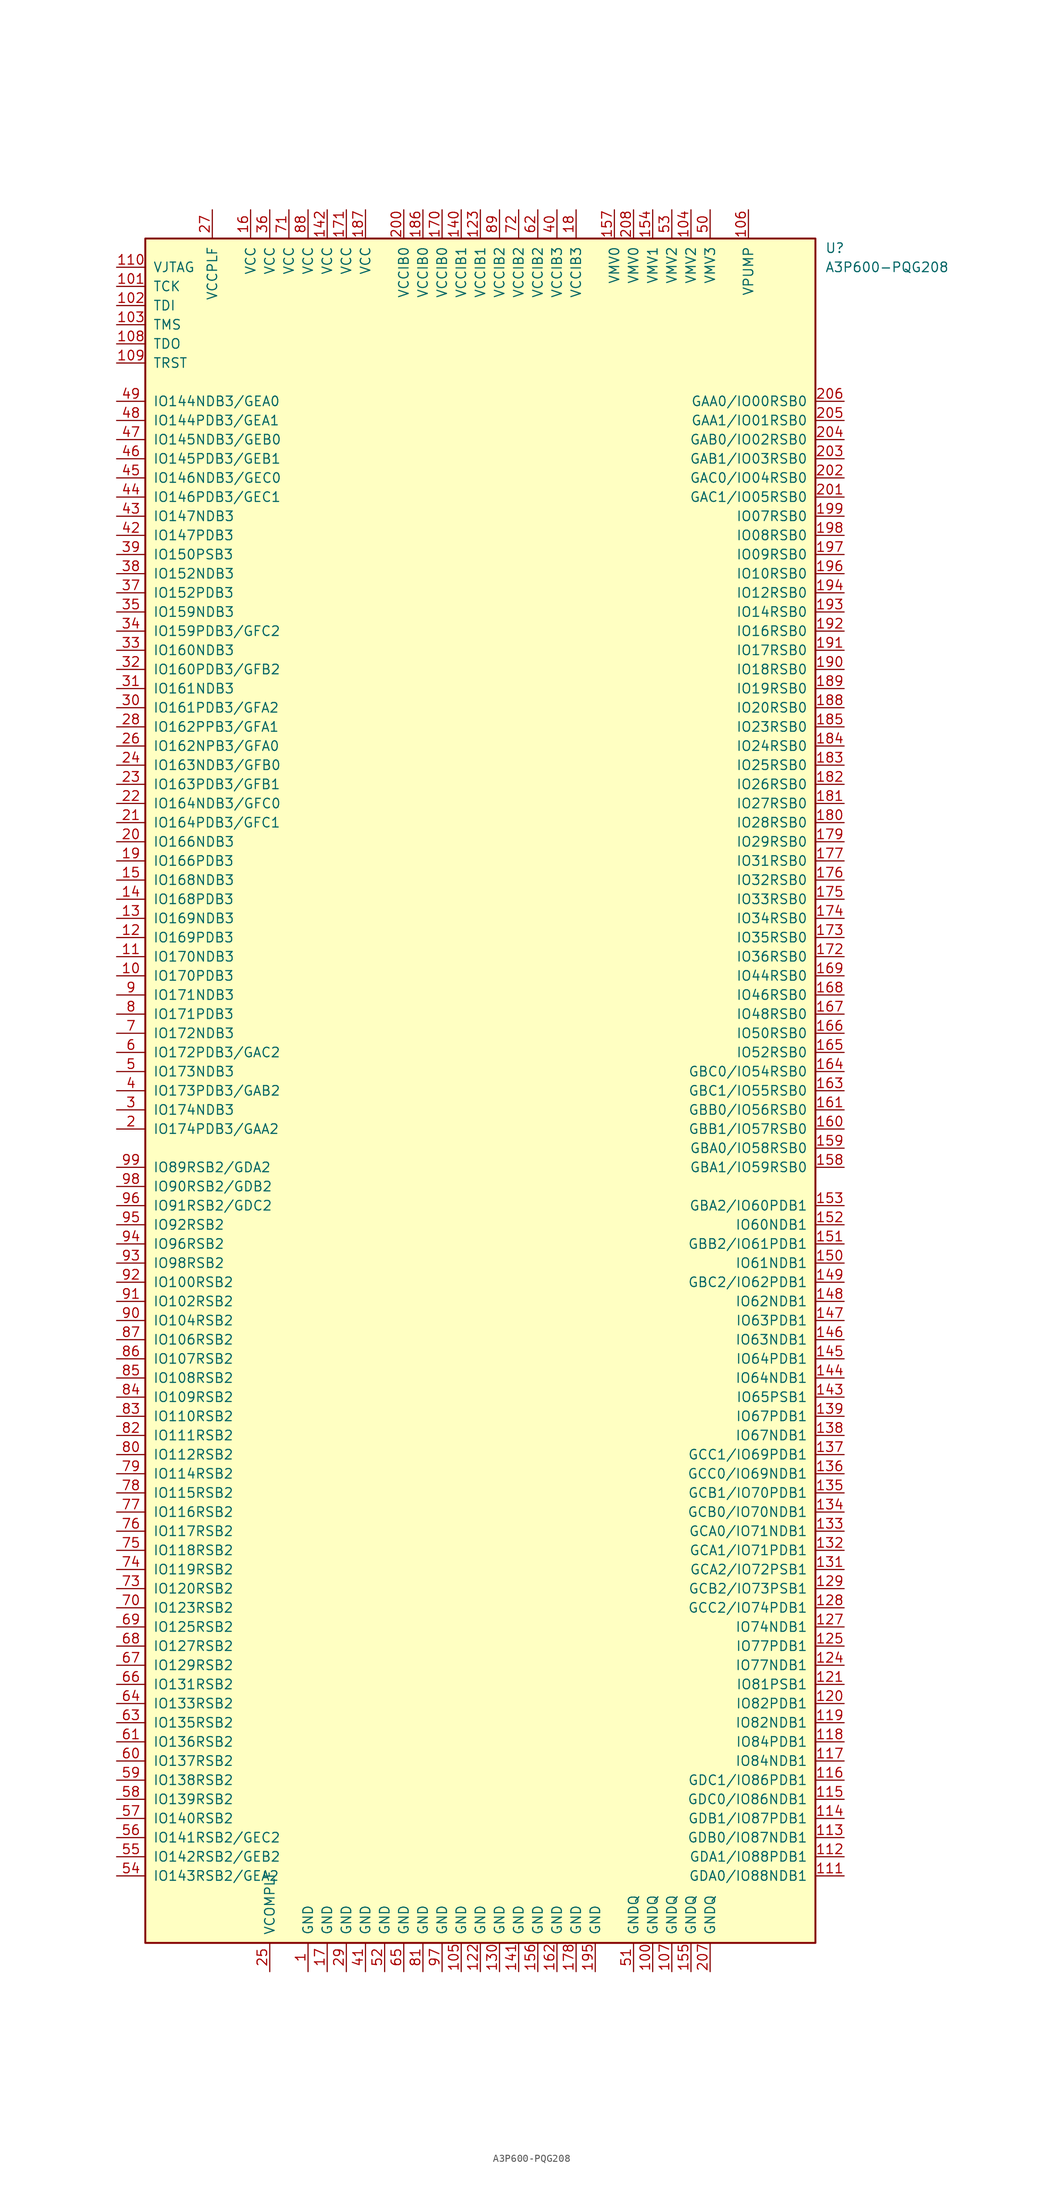
<source format=kicad_sym>
(kicad_symbol_lib
  (version 20201005)
  (generator kicad_symbol_editor)
  (symbol "A3P600-PQG208"
    (pin_names
      (offset 1.016))
    (property "Reference" "U"
      (at 45.72 111.76 0)
      (effects (font (size 1.27 1.27)) (justify left)))
    (property "Value" "A3P600-PQG208"
      (at 45.72 109.22 0)
      (effects (font (size 1.27 1.27)) (justify left)))
    (symbol "A3P600-PQG208_1_0"
      (rectangle (start -44.45 -113.03) (end 44.45 113.03) (stroke (width 0.254)) (fill (type background))))
    (symbol "A3P600-PQG208_1_1"
      (pin power_in line (at -22.86 -116.84 90) (length 3.81) (name "GND" (effects (font (size 1.27 1.27)))) (number "1" (effects (font (size 1.27 1.27)))))
      (pin bidirectional line (at -48.26 15.24 0) (length 3.81) (name "IO170PDB3" (effects (font (size 1.27 1.27)))) (number "10" (effects (font (size 1.27 1.27)))))
      (pin power_in line (at 22.86 -116.84 90) (length 3.81) (name "GNDQ" (effects (font (size 1.27 1.27)))) (number "100" (effects (font (size 1.27 1.27)))))
      (pin bidirectional line (at -48.26 106.68 0) (length 3.81) (name "TCK" (effects (font (size 1.27 1.27)))) (number "101" (effects (font (size 1.27 1.27)))))
      (pin bidirectional line (at -48.26 104.14 0) (length 3.81) (name "TDI" (effects (font (size 1.27 1.27)))) (number "102" (effects (font (size 1.27 1.27)))))
      (pin bidirectional line (at -48.26 101.6 0) (length 3.81) (name "TMS" (effects (font (size 1.27 1.27)))) (number "103" (effects (font (size 1.27 1.27)))))
      (pin power_in line (at 27.94 116.84 270) (length 3.81) (name "VMV2" (effects (font (size 1.27 1.27)))) (number "104" (effects (font (size 1.27 1.27)))))
      (pin power_in line (at -2.54 -116.84 90) (length 3.81) (name "GND" (effects (font (size 1.27 1.27)))) (number "105" (effects (font (size 1.27 1.27)))))
      (pin power_in line (at 35.56 116.84 270) (length 3.81) (name "VPUMP" (effects (font (size 1.27 1.27)))) (number "106" (effects (font (size 1.27 1.27)))))
      (pin power_in line (at 25.4 -116.84 90) (length 3.81) (name "GNDQ" (effects (font (size 1.27 1.27)))) (number "107" (effects (font (size 1.27 1.27)))))
      (pin bidirectional line (at -48.26 99.06 0) (length 3.81) (name "TDO" (effects (font (size 1.27 1.27)))) (number "108" (effects (font (size 1.27 1.27)))))
      (pin bidirectional line (at -48.26 96.52 0) (length 3.81) (name "TRST" (effects (font (size 1.27 1.27)))) (number "109" (effects (font (size 1.27 1.27)))))
      (pin bidirectional line (at -48.26 17.78 0) (length 3.81) (name "IO170NDB3" (effects (font (size 1.27 1.27)))) (number "11" (effects (font (size 1.27 1.27)))))
      (pin power_in line (at -48.26 109.22 0) (length 3.81) (name "VJTAG" (effects (font (size 1.27 1.27)))) (number "110" (effects (font (size 1.27 1.27)))))
      (pin bidirectional line (at 48.26 -104.14 180) (length 3.81) (name "GDA0/IO88NDB1" (effects (font (size 1.27 1.27)))) (number "111" (effects (font (size 1.27 1.27)))))
      (pin bidirectional line (at 48.26 -101.6 180) (length 3.81) (name "GDA1/IO88PDB1" (effects (font (size 1.27 1.27)))) (number "112" (effects (font (size 1.27 1.27)))))
      (pin bidirectional line (at 48.26 -99.06 180) (length 3.81) (name "GDB0/IO87NDB1" (effects (font (size 1.27 1.27)))) (number "113" (effects (font (size 1.27 1.27)))))
      (pin bidirectional line (at 48.26 -96.52 180) (length 3.81) (name "GDB1/IO87PDB1" (effects (font (size 1.27 1.27)))) (number "114" (effects (font (size 1.27 1.27)))))
      (pin bidirectional line (at 48.26 -93.98 180) (length 3.81) (name "GDC0/IO86NDB1" (effects (font (size 1.27 1.27)))) (number "115" (effects (font (size 1.27 1.27)))))
      (pin bidirectional line (at 48.26 -91.44 180) (length 3.81) (name "GDC1/IO86PDB1" (effects (font (size 1.27 1.27)))) (number "116" (effects (font (size 1.27 1.27)))))
      (pin bidirectional line (at 48.26 -88.9 180) (length 3.81) (name "IO84NDB1" (effects (font (size 1.27 1.27)))) (number "117" (effects (font (size 1.27 1.27)))))
      (pin bidirectional line (at 48.26 -86.36 180) (length 3.81) (name "IO84PDB1" (effects (font (size 1.27 1.27)))) (number "118" (effects (font (size 1.27 1.27)))))
      (pin bidirectional line (at 48.26 -83.82 180) (length 3.81) (name "IO82NDB1" (effects (font (size 1.27 1.27)))) (number "119" (effects (font (size 1.27 1.27)))))
      (pin bidirectional line (at -48.26 20.32 0) (length 3.81) (name "IO169PDB3" (effects (font (size 1.27 1.27)))) (number "12" (effects (font (size 1.27 1.27)))))
      (pin bidirectional line (at 48.26 -81.28 180) (length 3.81) (name "IO82PDB1" (effects (font (size 1.27 1.27)))) (number "120" (effects (font (size 1.27 1.27)))))
      (pin bidirectional line (at 48.26 -78.74 180) (length 3.81) (name "IO81PSB1" (effects (font (size 1.27 1.27)))) (number "121" (effects (font (size 1.27 1.27)))))
      (pin power_in line (at 0 -116.84 90) (length 3.81) (name "GND" (effects (font (size 1.27 1.27)))) (number "122" (effects (font (size 1.27 1.27)))))
      (pin power_in line (at 0 116.84 270) (length 3.81) (name "VCCIB1" (effects (font (size 1.27 1.27)))) (number "123" (effects (font (size 1.27 1.27)))))
      (pin bidirectional line (at 48.26 -76.2 180) (length 3.81) (name "IO77NDB1" (effects (font (size 1.27 1.27)))) (number "124" (effects (font (size 1.27 1.27)))))
      (pin bidirectional line (at 48.26 -73.66 180) (length 3.81) (name "IO77PDB1" (effects (font (size 1.27 1.27)))) (number "125" (effects (font (size 1.27 1.27)))))
      (pin bidirectional line (at 48.26 -71.12 180) (length 3.81) (name "IO74NDB1" (effects (font (size 1.27 1.27)))) (number "127" (effects (font (size 1.27 1.27)))))
      (pin bidirectional line (at 48.26 -68.58 180) (length 3.81) (name "GCC2/IO74PDB1" (effects (font (size 1.27 1.27)))) (number "128" (effects (font (size 1.27 1.27)))))
      (pin bidirectional line (at 48.26 -66.04 180) (length 3.81) (name "GCB2/IO73PSB1" (effects (font (size 1.27 1.27)))) (number "129" (effects (font (size 1.27 1.27)))))
      (pin bidirectional line (at -48.26 22.86 0) (length 3.81) (name "IO169NDB3" (effects (font (size 1.27 1.27)))) (number "13" (effects (font (size 1.27 1.27)))))
      (pin power_in line (at 2.54 -116.84 90) (length 3.81) (name "GND" (effects (font (size 1.27 1.27)))) (number "130" (effects (font (size 1.27 1.27)))))
      (pin bidirectional line (at 48.26 -63.5 180) (length 3.81) (name "GCA2/IO72PSB1" (effects (font (size 1.27 1.27)))) (number "131" (effects (font (size 1.27 1.27)))))
      (pin bidirectional line (at 48.26 -60.96 180) (length 3.81) (name "GCA1/IO71PDB1" (effects (font (size 1.27 1.27)))) (number "132" (effects (font (size 1.27 1.27)))))
      (pin bidirectional line (at 48.26 -58.42 180) (length 3.81) (name "GCA0/IO71NDB1" (effects (font (size 1.27 1.27)))) (number "133" (effects (font (size 1.27 1.27)))))
      (pin bidirectional line (at 48.26 -55.88 180) (length 3.81) (name "GCB0/IO70NDB1" (effects (font (size 1.27 1.27)))) (number "134" (effects (font (size 1.27 1.27)))))
      (pin bidirectional line (at 48.26 -53.34 180) (length 3.81) (name "GCB1/IO70PDB1" (effects (font (size 1.27 1.27)))) (number "135" (effects (font (size 1.27 1.27)))))
      (pin bidirectional line (at 48.26 -50.8 180) (length 3.81) (name "GCC0/IO69NDB1" (effects (font (size 1.27 1.27)))) (number "136" (effects (font (size 1.27 1.27)))))
      (pin bidirectional line (at 48.26 -48.26 180) (length 3.81) (name "GCC1/IO69PDB1" (effects (font (size 1.27 1.27)))) (number "137" (effects (font (size 1.27 1.27)))))
      (pin bidirectional line (at 48.26 -45.72 180) (length 3.81) (name "IO67NDB1" (effects (font (size 1.27 1.27)))) (number "138" (effects (font (size 1.27 1.27)))))
      (pin bidirectional line (at 48.26 -43.18 180) (length 3.81) (name "IO67PDB1" (effects (font (size 1.27 1.27)))) (number "139" (effects (font (size 1.27 1.27)))))
      (pin bidirectional line (at -48.26 25.4 0) (length 3.81) (name "IO168PDB3" (effects (font (size 1.27 1.27)))) (number "14" (effects (font (size 1.27 1.27)))))
      (pin power_in line (at -2.54 116.84 270) (length 3.81) (name "VCCIB1" (effects (font (size 1.27 1.27)))) (number "140" (effects (font (size 1.27 1.27)))))
      (pin power_in line (at 5.08 -116.84 90) (length 3.81) (name "GND" (effects (font (size 1.27 1.27)))) (number "141" (effects (font (size 1.27 1.27)))))
      (pin power_in line (at -20.32 116.84 270) (length 3.81) (name "VCC" (effects (font (size 1.27 1.27)))) (number "142" (effects (font (size 1.27 1.27)))))
      (pin bidirectional line (at 48.26 -40.64 180) (length 3.81) (name "IO65PSB1" (effects (font (size 1.27 1.27)))) (number "143" (effects (font (size 1.27 1.27)))))
      (pin bidirectional line (at 48.26 -38.1 180) (length 3.81) (name "IO64NDB1" (effects (font (size 1.27 1.27)))) (number "144" (effects (font (size 1.27 1.27)))))
      (pin bidirectional line (at 48.26 -35.56 180) (length 3.81) (name "IO64PDB1" (effects (font (size 1.27 1.27)))) (number "145" (effects (font (size 1.27 1.27)))))
      (pin bidirectional line (at 48.26 -33.02 180) (length 3.81) (name "IO63NDB1" (effects (font (size 1.27 1.27)))) (number "146" (effects (font (size 1.27 1.27)))))
      (pin bidirectional line (at 48.26 -30.48 180) (length 3.81) (name "IO63PDB1" (effects (font (size 1.27 1.27)))) (number "147" (effects (font (size 1.27 1.27)))))
      (pin bidirectional line (at 48.26 -27.94 180) (length 3.81) (name "IO62NDB1" (effects (font (size 1.27 1.27)))) (number "148" (effects (font (size 1.27 1.27)))))
      (pin bidirectional line (at 48.26 -25.4 180) (length 3.81) (name "GBC2/IO62PDB1" (effects (font (size 1.27 1.27)))) (number "149" (effects (font (size 1.27 1.27)))))
      (pin bidirectional line (at -48.26 27.94 0) (length 3.81) (name "IO168NDB3" (effects (font (size 1.27 1.27)))) (number "15" (effects (font (size 1.27 1.27)))))
      (pin bidirectional line (at 48.26 -22.86 180) (length 3.81) (name "IO61NDB1" (effects (font (size 1.27 1.27)))) (number "150" (effects (font (size 1.27 1.27)))))
      (pin bidirectional line (at 48.26 -20.32 180) (length 3.81) (name "GBB2/IO61PDB1" (effects (font (size 1.27 1.27)))) (number "151" (effects (font (size 1.27 1.27)))))
      (pin bidirectional line (at 48.26 -17.78 180) (length 3.81) (name "IO60NDB1" (effects (font (size 1.27 1.27)))) (number "152" (effects (font (size 1.27 1.27)))))
      (pin bidirectional line (at 48.26 -15.24 180) (length 3.81) (name "GBA2/IO60PDB1" (effects (font (size 1.27 1.27)))) (number "153" (effects (font (size 1.27 1.27)))))
      (pin power_in line (at 22.86 116.84 270) (length 3.81) (name "VMV1" (effects (font (size 1.27 1.27)))) (number "154" (effects (font (size 1.27 1.27)))))
      (pin power_in line (at 27.94 -116.84 90) (length 3.81) (name "GNDQ" (effects (font (size 1.27 1.27)))) (number "155" (effects (font (size 1.27 1.27)))))
      (pin power_in line (at 7.62 -116.84 90) (length 3.81) (name "GND" (effects (font (size 1.27 1.27)))) (number "156" (effects (font (size 1.27 1.27)))))
      (pin power_in line (at 17.78 116.84 270) (length 3.81) (name "VMV0" (effects (font (size 1.27 1.27)))) (number "157" (effects (font (size 1.27 1.27)))))
      (pin bidirectional line (at 48.26 -10.16 180) (length 3.81) (name "GBA1/IO59RSB0" (effects (font (size 1.27 1.27)))) (number "158" (effects (font (size 1.27 1.27)))))
      (pin bidirectional line (at 48.26 -7.62 180) (length 3.81) (name "GBA0/IO58RSB0" (effects (font (size 1.27 1.27)))) (number "159" (effects (font (size 1.27 1.27)))))
      (pin power_in line (at -30.48 116.84 270) (length 3.81) (name "VCC" (effects (font (size 1.27 1.27)))) (number "16" (effects (font (size 1.27 1.27)))))
      (pin bidirectional line (at 48.26 -5.08 180) (length 3.81) (name "GBB1/IO57RSB0" (effects (font (size 1.27 1.27)))) (number "160" (effects (font (size 1.27 1.27)))))
      (pin bidirectional line (at 48.26 -2.54 180) (length 3.81) (name "GBB0/IO56RSB0" (effects (font (size 1.27 1.27)))) (number "161" (effects (font (size 1.27 1.27)))))
      (pin power_in line (at 10.16 -116.84 90) (length 3.81) (name "GND" (effects (font (size 1.27 1.27)))) (number "162" (effects (font (size 1.27 1.27)))))
      (pin bidirectional line (at 48.26 0 180) (length 3.81) (name "GBC1/IO55RSB0" (effects (font (size 1.27 1.27)))) (number "163" (effects (font (size 1.27 1.27)))))
      (pin bidirectional line (at 48.26 2.54 180) (length 3.81) (name "GBC0/IO54RSB0" (effects (font (size 1.27 1.27)))) (number "164" (effects (font (size 1.27 1.27)))))
      (pin bidirectional line (at 48.26 5.08 180) (length 3.81) (name "IO52RSB0" (effects (font (size 1.27 1.27)))) (number "165" (effects (font (size 1.27 1.27)))))
      (pin bidirectional line (at 48.26 7.62 180) (length 3.81) (name "IO50RSB0" (effects (font (size 1.27 1.27)))) (number "166" (effects (font (size 1.27 1.27)))))
      (pin bidirectional line (at 48.26 10.16 180) (length 3.81) (name "IO48RSB0" (effects (font (size 1.27 1.27)))) (number "167" (effects (font (size 1.27 1.27)))))
      (pin bidirectional line (at 48.26 12.7 180) (length 3.81) (name "IO46RSB0" (effects (font (size 1.27 1.27)))) (number "168" (effects (font (size 1.27 1.27)))))
      (pin bidirectional line (at 48.26 15.24 180) (length 3.81) (name "IO44RSB0" (effects (font (size 1.27 1.27)))) (number "169" (effects (font (size 1.27 1.27)))))
      (pin power_in line (at -20.32 -116.84 90) (length 3.81) (name "GND" (effects (font (size 1.27 1.27)))) (number "17" (effects (font (size 1.27 1.27)))))
      (pin power_in line (at -5.08 116.84 270) (length 3.81) (name "VCCIB0" (effects (font (size 1.27 1.27)))) (number "170" (effects (font (size 1.27 1.27)))))
      (pin power_in line (at -17.78 116.84 270) (length 3.81) (name "VCC" (effects (font (size 1.27 1.27)))) (number "171" (effects (font (size 1.27 1.27)))))
      (pin bidirectional line (at 48.26 17.78 180) (length 3.81) (name "IO36RSB0" (effects (font (size 1.27 1.27)))) (number "172" (effects (font (size 1.27 1.27)))))
      (pin bidirectional line (at 48.26 20.32 180) (length 3.81) (name "IO35RSB0" (effects (font (size 1.27 1.27)))) (number "173" (effects (font (size 1.27 1.27)))))
      (pin bidirectional line (at 48.26 22.86 180) (length 3.81) (name "IO34RSB0" (effects (font (size 1.27 1.27)))) (number "174" (effects (font (size 1.27 1.27)))))
      (pin bidirectional line (at 48.26 25.4 180) (length 3.81) (name "IO33RSB0" (effects (font (size 1.27 1.27)))) (number "175" (effects (font (size 1.27 1.27)))))
      (pin bidirectional line (at 48.26 27.94 180) (length 3.81) (name "IO32RSB0" (effects (font (size 1.27 1.27)))) (number "176" (effects (font (size 1.27 1.27)))))
      (pin bidirectional line (at 48.26 30.48 180) (length 3.81) (name "IO31RSB0" (effects (font (size 1.27 1.27)))) (number "177" (effects (font (size 1.27 1.27)))))
      (pin power_in line (at 12.7 -116.84 90) (length 3.81) (name "GND" (effects (font (size 1.27 1.27)))) (number "178" (effects (font (size 1.27 1.27)))))
      (pin bidirectional line (at 48.26 33.02 180) (length 3.81) (name "IO29RSB0" (effects (font (size 1.27 1.27)))) (number "179" (effects (font (size 1.27 1.27)))))
      (pin power_in line (at 12.7 116.84 270) (length 3.81) (name "VCCIB3" (effects (font (size 1.27 1.27)))) (number "18" (effects (font (size 1.27 1.27)))))
      (pin bidirectional line (at 48.26 35.56 180) (length 3.81) (name "IO28RSB0" (effects (font (size 1.27 1.27)))) (number "180" (effects (font (size 1.27 1.27)))))
      (pin bidirectional line (at 48.26 38.1 180) (length 3.81) (name "IO27RSB0" (effects (font (size 1.27 1.27)))) (number "181" (effects (font (size 1.27 1.27)))))
      (pin bidirectional line (at 48.26 40.64 180) (length 3.81) (name "IO26RSB0" (effects (font (size 1.27 1.27)))) (number "182" (effects (font (size 1.27 1.27)))))
      (pin bidirectional line (at 48.26 43.18 180) (length 3.81) (name "IO25RSB0" (effects (font (size 1.27 1.27)))) (number "183" (effects (font (size 1.27 1.27)))))
      (pin bidirectional line (at 48.26 45.72 180) (length 3.81) (name "IO24RSB0" (effects (font (size 1.27 1.27)))) (number "184" (effects (font (size 1.27 1.27)))))
      (pin bidirectional line (at 48.26 48.26 180) (length 3.81) (name "IO23RSB0" (effects (font (size 1.27 1.27)))) (number "185" (effects (font (size 1.27 1.27)))))
      (pin power_in line (at -7.62 116.84 270) (length 3.81) (name "VCCIB0" (effects (font (size 1.27 1.27)))) (number "186" (effects (font (size 1.27 1.27)))))
      (pin power_in line (at -15.24 116.84 270) (length 3.81) (name "VCC" (effects (font (size 1.27 1.27)))) (number "187" (effects (font (size 1.27 1.27)))))
      (pin bidirectional line (at 48.26 50.8 180) (length 3.81) (name "IO20RSB0" (effects (font (size 1.27 1.27)))) (number "188" (effects (font (size 1.27 1.27)))))
      (pin bidirectional line (at 48.26 53.34 180) (length 3.81) (name "IO19RSB0" (effects (font (size 1.27 1.27)))) (number "189" (effects (font (size 1.27 1.27)))))
      (pin bidirectional line (at -48.26 30.48 0) (length 3.81) (name "IO166PDB3" (effects (font (size 1.27 1.27)))) (number "19" (effects (font (size 1.27 1.27)))))
      (pin bidirectional line (at 48.26 55.88 180) (length 3.81) (name "IO18RSB0" (effects (font (size 1.27 1.27)))) (number "190" (effects (font (size 1.27 1.27)))))
      (pin bidirectional line (at 48.26 58.42 180) (length 3.81) (name "IO17RSB0" (effects (font (size 1.27 1.27)))) (number "191" (effects (font (size 1.27 1.27)))))
      (pin bidirectional line (at 48.26 60.96 180) (length 3.81) (name "IO16RSB0" (effects (font (size 1.27 1.27)))) (number "192" (effects (font (size 1.27 1.27)))))
      (pin bidirectional line (at 48.26 63.5 180) (length 3.81) (name "IO14RSB0" (effects (font (size 1.27 1.27)))) (number "193" (effects (font (size 1.27 1.27)))))
      (pin bidirectional line (at 48.26 66.04 180) (length 3.81) (name "IO12RSB0" (effects (font (size 1.27 1.27)))) (number "194" (effects (font (size 1.27 1.27)))))
      (pin power_in line (at 15.24 -116.84 90) (length 3.81) (name "GND" (effects (font (size 1.27 1.27)))) (number "195" (effects (font (size 1.27 1.27)))))
      (pin bidirectional line (at 48.26 68.58 180) (length 3.81) (name "IO10RSB0" (effects (font (size 1.27 1.27)))) (number "196" (effects (font (size 1.27 1.27)))))
      (pin bidirectional line (at 48.26 71.12 180) (length 3.81) (name "IO09RSB0" (effects (font (size 1.27 1.27)))) (number "197" (effects (font (size 1.27 1.27)))))
      (pin bidirectional line (at 48.26 73.66 180) (length 3.81) (name "IO08RSB0" (effects (font (size 1.27 1.27)))) (number "198" (effects (font (size 1.27 1.27)))))
      (pin bidirectional line (at 48.26 76.2 180) (length 3.81) (name "IO07RSB0" (effects (font (size 1.27 1.27)))) (number "199" (effects (font (size 1.27 1.27)))))
      (pin bidirectional line (at -48.26 -5.08 0) (length 3.81) (name "IO174PDB3/GAA2" (effects (font (size 1.27 1.27)))) (number "2" (effects (font (size 1.27 1.27)))))
      (pin bidirectional line (at -48.26 33.02 0) (length 3.81) (name "IO166NDB3" (effects (font (size 1.27 1.27)))) (number "20" (effects (font (size 1.27 1.27)))))
      (pin power_in line (at -10.16 116.84 270) (length 3.81) (name "VCCIB0" (effects (font (size 1.27 1.27)))) (number "200" (effects (font (size 1.27 1.27)))))
      (pin bidirectional line (at 48.26 78.74 180) (length 3.81) (name "GAC1/IO05RSB0" (effects (font (size 1.27 1.27)))) (number "201" (effects (font (size 1.27 1.27)))))
      (pin bidirectional line (at 48.26 81.28 180) (length 3.81) (name "GAC0/IO04RSB0" (effects (font (size 1.27 1.27)))) (number "202" (effects (font (size 1.27 1.27)))))
      (pin bidirectional line (at 48.26 83.82 180) (length 3.81) (name "GAB1/IO03RSB0" (effects (font (size 1.27 1.27)))) (number "203" (effects (font (size 1.27 1.27)))))
      (pin bidirectional line (at 48.26 86.36 180) (length 3.81) (name "GAB0/IO02RSB0" (effects (font (size 1.27 1.27)))) (number "204" (effects (font (size 1.27 1.27)))))
      (pin bidirectional line (at 48.26 88.9 180) (length 3.81) (name "GAA1/IO01RSB0" (effects (font (size 1.27 1.27)))) (number "205" (effects (font (size 1.27 1.27)))))
      (pin bidirectional line (at 48.26 91.44 180) (length 3.81) (name "GAA0/IO00RSB0" (effects (font (size 1.27 1.27)))) (number "206" (effects (font (size 1.27 1.27)))))
      (pin power_in line (at 30.48 -116.84 90) (length 3.81) (name "GNDQ" (effects (font (size 1.27 1.27)))) (number "207" (effects (font (size 1.27 1.27)))))
      (pin power_in line (at 20.32 116.84 270) (length 3.81) (name "VMV0" (effects (font (size 1.27 1.27)))) (number "208" (effects (font (size 1.27 1.27)))))
      (pin bidirectional line (at -48.26 35.56 0) (length 3.81) (name "IO164PDB3/GFC1" (effects (font (size 1.27 1.27)))) (number "21" (effects (font (size 1.27 1.27)))))
      (pin bidirectional line (at -48.26 38.1 0) (length 3.81) (name "IO164NDB3/GFC0" (effects (font (size 1.27 1.27)))) (number "22" (effects (font (size 1.27 1.27)))))
      (pin bidirectional line (at -48.26 40.64 0) (length 3.81) (name "IO163PDB3/GFB1" (effects (font (size 1.27 1.27)))) (number "23" (effects (font (size 1.27 1.27)))))
      (pin bidirectional line (at -48.26 43.18 0) (length 3.81) (name "IO163NDB3/GFB0" (effects (font (size 1.27 1.27)))) (number "24" (effects (font (size 1.27 1.27)))))
      (pin power_in line (at -27.94 -116.84 90) (length 3.81) (name "VCOMPLF" (effects (font (size 1.27 1.27)))) (number "25" (effects (font (size 1.27 1.27)))))
      (pin bidirectional line (at -48.26 45.72 0) (length 3.81) (name "IO162NPB3/GFA0" (effects (font (size 1.27 1.27)))) (number "26" (effects (font (size 1.27 1.27)))))
      (pin power_in line (at -35.56 116.84 270) (length 3.81) (name "VCCPLF" (effects (font (size 1.27 1.27)))) (number "27" (effects (font (size 1.27 1.27)))))
      (pin bidirectional line (at -48.26 48.26 0) (length 3.81) (name "IO162PPB3/GFA1" (effects (font (size 1.27 1.27)))) (number "28" (effects (font (size 1.27 1.27)))))
      (pin power_in line (at -17.78 -116.84 90) (length 3.81) (name "GND" (effects (font (size 1.27 1.27)))) (number "29" (effects (font (size 1.27 1.27)))))
      (pin bidirectional line (at -48.26 -2.54 0) (length 3.81) (name "IO174NDB3" (effects (font (size 1.27 1.27)))) (number "3" (effects (font (size 1.27 1.27)))))
      (pin bidirectional line (at -48.26 50.8 0) (length 3.81) (name "IO161PDB3/GFA2" (effects (font (size 1.27 1.27)))) (number "30" (effects (font (size 1.27 1.27)))))
      (pin bidirectional line (at -48.26 53.34 0) (length 3.81) (name "IO161NDB3" (effects (font (size 1.27 1.27)))) (number "31" (effects (font (size 1.27 1.27)))))
      (pin bidirectional line (at -48.26 55.88 0) (length 3.81) (name "IO160PDB3/GFB2" (effects (font (size 1.27 1.27)))) (number "32" (effects (font (size 1.27 1.27)))))
      (pin bidirectional line (at -48.26 58.42 0) (length 3.81) (name "IO160NDB3" (effects (font (size 1.27 1.27)))) (number "33" (effects (font (size 1.27 1.27)))))
      (pin bidirectional line (at -48.26 60.96 0) (length 3.81) (name "IO159PDB3/GFC2" (effects (font (size 1.27 1.27)))) (number "34" (effects (font (size 1.27 1.27)))))
      (pin bidirectional line (at -48.26 63.5 0) (length 3.81) (name "IO159NDB3" (effects (font (size 1.27 1.27)))) (number "35" (effects (font (size 1.27 1.27)))))
      (pin power_in line (at -27.94 116.84 270) (length 3.81) (name "VCC" (effects (font (size 1.27 1.27)))) (number "36" (effects (font (size 1.27 1.27)))))
      (pin bidirectional line (at -48.26 66.04 0) (length 3.81) (name "IO152PDB3" (effects (font (size 1.27 1.27)))) (number "37" (effects (font (size 1.27 1.27)))))
      (pin bidirectional line (at -48.26 68.58 0) (length 3.81) (name "IO152NDB3" (effects (font (size 1.27 1.27)))) (number "38" (effects (font (size 1.27 1.27)))))
      (pin bidirectional line (at -48.26 71.12 0) (length 3.81) (name "IO150PSB3" (effects (font (size 1.27 1.27)))) (number "39" (effects (font (size 1.27 1.27)))))
      (pin bidirectional line (at -48.26 0 0) (length 3.81) (name "IO173PDB3/GAB2" (effects (font (size 1.27 1.27)))) (number "4" (effects (font (size 1.27 1.27)))))
      (pin power_in line (at 10.16 116.84 270) (length 3.81) (name "VCCIB3" (effects (font (size 1.27 1.27)))) (number "40" (effects (font (size 1.27 1.27)))))
      (pin power_in line (at -15.24 -116.84 90) (length 3.81) (name "GND" (effects (font (size 1.27 1.27)))) (number "41" (effects (font (size 1.27 1.27)))))
      (pin bidirectional line (at -48.26 73.66 0) (length 3.81) (name "IO147PDB3" (effects (font (size 1.27 1.27)))) (number "42" (effects (font (size 1.27 1.27)))))
      (pin bidirectional line (at -48.26 76.2 0) (length 3.81) (name "IO147NDB3" (effects (font (size 1.27 1.27)))) (number "43" (effects (font (size 1.27 1.27)))))
      (pin bidirectional line (at -48.26 78.74 0) (length 3.81) (name "IO146PDB3/GEC1" (effects (font (size 1.27 1.27)))) (number "44" (effects (font (size 1.27 1.27)))))
      (pin bidirectional line (at -48.26 81.28 0) (length 3.81) (name "IO146NDB3/GEC0" (effects (font (size 1.27 1.27)))) (number "45" (effects (font (size 1.27 1.27)))))
      (pin bidirectional line (at -48.26 83.82 0) (length 3.81) (name "IO145PDB3/GEB1" (effects (font (size 1.27 1.27)))) (number "46" (effects (font (size 1.27 1.27)))))
      (pin bidirectional line (at -48.26 86.36 0) (length 3.81) (name "IO145NDB3/GEB0" (effects (font (size 1.27 1.27)))) (number "47" (effects (font (size 1.27 1.27)))))
      (pin bidirectional line (at -48.26 88.9 0) (length 3.81) (name "IO144PDB3/GEA1" (effects (font (size 1.27 1.27)))) (number "48" (effects (font (size 1.27 1.27)))))
      (pin bidirectional line (at -48.26 91.44 0) (length 3.81) (name "IO144NDB3/GEA0" (effects (font (size 1.27 1.27)))) (number "49" (effects (font (size 1.27 1.27)))))
      (pin bidirectional line (at -48.26 2.54 0) (length 3.81) (name "IO173NDB3" (effects (font (size 1.27 1.27)))) (number "5" (effects (font (size 1.27 1.27)))))
      (pin power_in line (at 30.48 116.84 270) (length 3.81) (name "VMV3" (effects (font (size 1.27 1.27)))) (number "50" (effects (font (size 1.27 1.27)))))
      (pin power_in line (at 20.32 -116.84 90) (length 3.81) (name "GNDQ" (effects (font (size 1.27 1.27)))) (number "51" (effects (font (size 1.27 1.27)))))
      (pin power_in line (at -12.7 -116.84 90) (length 3.81) (name "GND" (effects (font (size 1.27 1.27)))) (number "52" (effects (font (size 1.27 1.27)))))
      (pin power_in line (at 25.4 116.84 270) (length 3.81) (name "VMV2" (effects (font (size 1.27 1.27)))) (number "53" (effects (font (size 1.27 1.27)))))
      (pin bidirectional line (at -48.26 -104.14 0) (length 3.81) (name "IO143RSB2/GEA2" (effects (font (size 1.27 1.27)))) (number "54" (effects (font (size 1.27 1.27)))))
      (pin bidirectional line (at -48.26 -101.6 0) (length 3.81) (name "IO142RSB2/GEB2" (effects (font (size 1.27 1.27)))) (number "55" (effects (font (size 1.27 1.27)))))
      (pin bidirectional line (at -48.26 -99.06 0) (length 3.81) (name "IO141RSB2/GEC2" (effects (font (size 1.27 1.27)))) (number "56" (effects (font (size 1.27 1.27)))))
      (pin bidirectional line (at -48.26 -96.52 0) (length 3.81) (name "IO140RSB2" (effects (font (size 1.27 1.27)))) (number "57" (effects (font (size 1.27 1.27)))))
      (pin bidirectional line (at -48.26 -93.98 0) (length 3.81) (name "IO139RSB2" (effects (font (size 1.27 1.27)))) (number "58" (effects (font (size 1.27 1.27)))))
      (pin bidirectional line (at -48.26 -91.44 0) (length 3.81) (name "IO138RSB2" (effects (font (size 1.27 1.27)))) (number "59" (effects (font (size 1.27 1.27)))))
      (pin bidirectional line (at -48.26 5.08 0) (length 3.81) (name "IO172PDB3/GAC2" (effects (font (size 1.27 1.27)))) (number "6" (effects (font (size 1.27 1.27)))))
      (pin bidirectional line (at -48.26 -88.9 0) (length 3.81) (name "IO137RSB2" (effects (font (size 1.27 1.27)))) (number "60" (effects (font (size 1.27 1.27)))))
      (pin bidirectional line (at -48.26 -86.36 0) (length 3.81) (name "IO136RSB2" (effects (font (size 1.27 1.27)))) (number "61" (effects (font (size 1.27 1.27)))))
      (pin power_in line (at 7.62 116.84 270) (length 3.81) (name "VCCIB2" (effects (font (size 1.27 1.27)))) (number "62" (effects (font (size 1.27 1.27)))))
      (pin bidirectional line (at -48.26 -83.82 0) (length 3.81) (name "IO135RSB2" (effects (font (size 1.27 1.27)))) (number "63" (effects (font (size 1.27 1.27)))))
      (pin bidirectional line (at -48.26 -81.28 0) (length 3.81) (name "IO133RSB2" (effects (font (size 1.27 1.27)))) (number "64" (effects (font (size 1.27 1.27)))))
      (pin power_in line (at -10.16 -116.84 90) (length 3.81) (name "GND" (effects (font (size 1.27 1.27)))) (number "65" (effects (font (size 1.27 1.27)))))
      (pin bidirectional line (at -48.26 -78.74 0) (length 3.81) (name "IO131RSB2" (effects (font (size 1.27 1.27)))) (number "66" (effects (font (size 1.27 1.27)))))
      (pin bidirectional line (at -48.26 -76.2 0) (length 3.81) (name "IO129RSB2" (effects (font (size 1.27 1.27)))) (number "67" (effects (font (size 1.27 1.27)))))
      (pin bidirectional line (at -48.26 -73.66 0) (length 3.81) (name "IO127RSB2" (effects (font (size 1.27 1.27)))) (number "68" (effects (font (size 1.27 1.27)))))
      (pin bidirectional line (at -48.26 -71.12 0) (length 3.81) (name "IO125RSB2" (effects (font (size 1.27 1.27)))) (number "69" (effects (font (size 1.27 1.27)))))
      (pin bidirectional line (at -48.26 7.62 0) (length 3.81) (name "IO172NDB3" (effects (font (size 1.27 1.27)))) (number "7" (effects (font (size 1.27 1.27)))))
      (pin bidirectional line (at -48.26 -68.58 0) (length 3.81) (name "IO123RSB2" (effects (font (size 1.27 1.27)))) (number "70" (effects (font (size 1.27 1.27)))))
      (pin power_in line (at -25.4 116.84 270) (length 3.81) (name "VCC" (effects (font (size 1.27 1.27)))) (number "71" (effects (font (size 1.27 1.27)))))
      (pin power_in line (at 5.08 116.84 270) (length 3.81) (name "VCCIB2" (effects (font (size 1.27 1.27)))) (number "72" (effects (font (size 1.27 1.27)))))
      (pin bidirectional line (at -48.26 -66.04 0) (length 3.81) (name "IO120RSB2" (effects (font (size 1.27 1.27)))) (number "73" (effects (font (size 1.27 1.27)))))
      (pin bidirectional line (at -48.26 -63.5 0) (length 3.81) (name "IO119RSB2" (effects (font (size 1.27 1.27)))) (number "74" (effects (font (size 1.27 1.27)))))
      (pin bidirectional line (at -48.26 -60.96 0) (length 3.81) (name "IO118RSB2" (effects (font (size 1.27 1.27)))) (number "75" (effects (font (size 1.27 1.27)))))
      (pin bidirectional line (at -48.26 -58.42 0) (length 3.81) (name "IO117RSB2" (effects (font (size 1.27 1.27)))) (number "76" (effects (font (size 1.27 1.27)))))
      (pin bidirectional line (at -48.26 -55.88 0) (length 3.81) (name "IO116RSB2" (effects (font (size 1.27 1.27)))) (number "77" (effects (font (size 1.27 1.27)))))
      (pin bidirectional line (at -48.26 -53.34 0) (length 3.81) (name "IO115RSB2" (effects (font (size 1.27 1.27)))) (number "78" (effects (font (size 1.27 1.27)))))
      (pin bidirectional line (at -48.26 -50.8 0) (length 3.81) (name "IO114RSB2" (effects (font (size 1.27 1.27)))) (number "79" (effects (font (size 1.27 1.27)))))
      (pin bidirectional line (at -48.26 10.16 0) (length 3.81) (name "IO171PDB3" (effects (font (size 1.27 1.27)))) (number "8" (effects (font (size 1.27 1.27)))))
      (pin bidirectional line (at -48.26 -48.26 0) (length 3.81) (name "IO112RSB2" (effects (font (size 1.27 1.27)))) (number "80" (effects (font (size 1.27 1.27)))))
      (pin power_in line (at -7.62 -116.84 90) (length 3.81) (name "GND" (effects (font (size 1.27 1.27)))) (number "81" (effects (font (size 1.27 1.27)))))
      (pin bidirectional line (at -48.26 -45.72 0) (length 3.81) (name "IO111RSB2" (effects (font (size 1.27 1.27)))) (number "82" (effects (font (size 1.27 1.27)))))
      (pin bidirectional line (at -48.26 -43.18 0) (length 3.81) (name "IO110RSB2" (effects (font (size 1.27 1.27)))) (number "83" (effects (font (size 1.27 1.27)))))
      (pin bidirectional line (at -48.26 -40.64 0) (length 3.81) (name "IO109RSB2" (effects (font (size 1.27 1.27)))) (number "84" (effects (font (size 1.27 1.27)))))
      (pin bidirectional line (at -48.26 -38.1 0) (length 3.81) (name "IO108RSB2" (effects (font (size 1.27 1.27)))) (number "85" (effects (font (size 1.27 1.27)))))
      (pin bidirectional line (at -48.26 -35.56 0) (length 3.81) (name "IO107RSB2" (effects (font (size 1.27 1.27)))) (number "86" (effects (font (size 1.27 1.27)))))
      (pin bidirectional line (at -48.26 -33.02 0) (length 3.81) (name "IO106RSB2" (effects (font (size 1.27 1.27)))) (number "87" (effects (font (size 1.27 1.27)))))
      (pin power_in line (at -22.86 116.84 270) (length 3.81) (name "VCC" (effects (font (size 1.27 1.27)))) (number "88" (effects (font (size 1.27 1.27)))))
      (pin power_in line (at 2.54 116.84 270) (length 3.81) (name "VCCIB2" (effects (font (size 1.27 1.27)))) (number "89" (effects (font (size 1.27 1.27)))))
      (pin bidirectional line (at -48.26 12.7 0) (length 3.81) (name "IO171NDB3" (effects (font (size 1.27 1.27)))) (number "9" (effects (font (size 1.27 1.27)))))
      (pin bidirectional line (at -48.26 -30.48 0) (length 3.81) (name "IO104RSB2" (effects (font (size 1.27 1.27)))) (number "90" (effects (font (size 1.27 1.27)))))
      (pin bidirectional line (at -48.26 -27.94 0) (length 3.81) (name "IO102RSB2" (effects (font (size 1.27 1.27)))) (number "91" (effects (font (size 1.27 1.27)))))
      (pin bidirectional line (at -48.26 -25.4 0) (length 3.81) (name "IO100RSB2" (effects (font (size 1.27 1.27)))) (number "92" (effects (font (size 1.27 1.27)))))
      (pin bidirectional line (at -48.26 -22.86 0) (length 3.81) (name "IO98RSB2" (effects (font (size 1.27 1.27)))) (number "93" (effects (font (size 1.27 1.27)))))
      (pin bidirectional line (at -48.26 -20.32 0) (length 3.81) (name "IO96RSB2" (effects (font (size 1.27 1.27)))) (number "94" (effects (font (size 1.27 1.27)))))
      (pin bidirectional line (at -48.26 -17.78 0) (length 3.81) (name "IO92RSB2" (effects (font (size 1.27 1.27)))) (number "95" (effects (font (size 1.27 1.27)))))
      (pin bidirectional line (at -48.26 -15.24 0) (length 3.81) (name "IO91RSB2/GDC2" (effects (font (size 1.27 1.27)))) (number "96" (effects (font (size 1.27 1.27)))))
      (pin power_in line (at -5.08 -116.84 90) (length 3.81) (name "GND" (effects (font (size 1.27 1.27)))) (number "97" (effects (font (size 1.27 1.27)))))
      (pin bidirectional line (at -48.26 -12.7 0) (length 3.81) (name "IO90RSB2/GDB2" (effects (font (size 1.27 1.27)))) (number "98" (effects (font (size 1.27 1.27)))))
      (pin bidirectional line (at -48.26 -10.16 0) (length 3.81) (name "IO89RSB2/GDA2" (effects (font (size 1.27 1.27)))) (number "99" (effects (font (size 1.27 1.27))))))))
</source>
